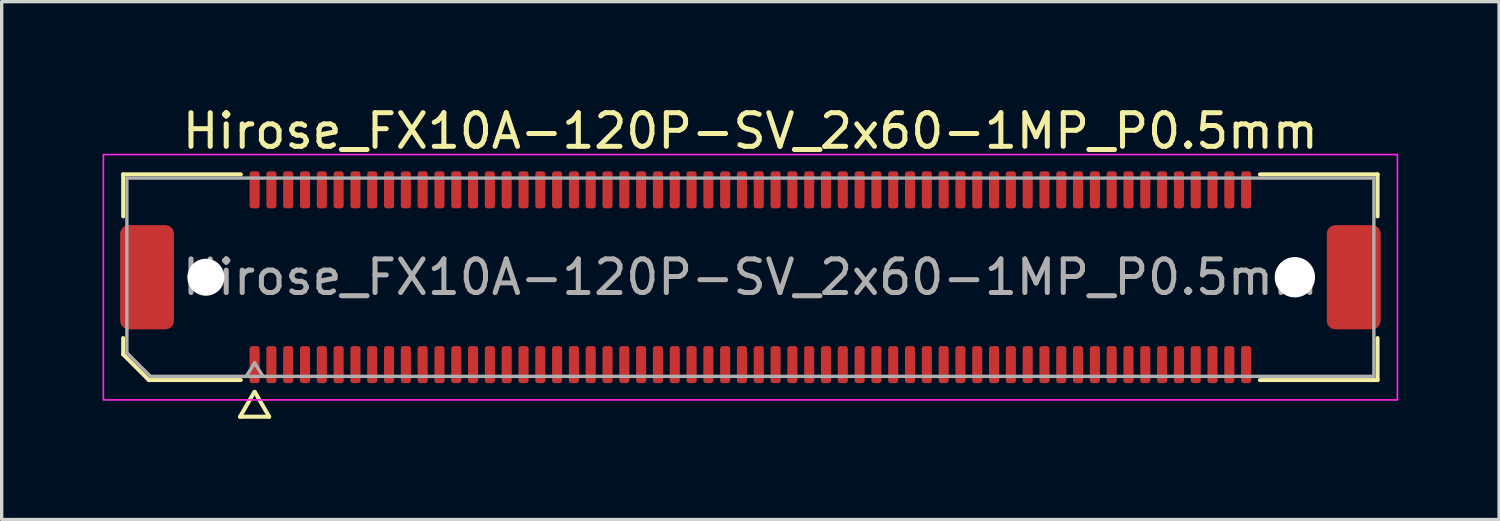
<source format=kicad_pcb>
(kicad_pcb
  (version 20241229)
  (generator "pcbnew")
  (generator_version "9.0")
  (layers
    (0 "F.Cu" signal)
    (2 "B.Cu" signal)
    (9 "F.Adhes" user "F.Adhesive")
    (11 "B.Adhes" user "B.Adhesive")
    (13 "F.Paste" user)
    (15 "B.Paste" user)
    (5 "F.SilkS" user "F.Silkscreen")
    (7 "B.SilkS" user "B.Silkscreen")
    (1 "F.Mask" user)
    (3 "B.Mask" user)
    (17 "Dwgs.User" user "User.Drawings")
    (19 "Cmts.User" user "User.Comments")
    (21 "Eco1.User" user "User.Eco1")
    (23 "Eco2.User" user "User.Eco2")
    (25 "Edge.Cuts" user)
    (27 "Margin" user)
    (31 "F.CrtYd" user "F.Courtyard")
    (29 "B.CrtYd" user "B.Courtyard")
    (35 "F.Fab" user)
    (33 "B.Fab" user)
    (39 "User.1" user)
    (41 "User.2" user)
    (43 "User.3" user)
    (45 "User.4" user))
  (footprint "Hirose_FX10A-120P-SV_2x60-1MP_P0.5mm"
    (layer "F.Cu")
    (at 19.275 5.198)
    (property "Reference" "Hirose_FX10A-120P-SV_2x60-1MP_P0.5mm" (at 0 -4.35 0) (layer "F.SilkS") (effects (font (size 1 1) (thickness 0.15))))
    (attr smd)
    (fp_line (start -18.66 -3.06) (end -15.16 -3.06) (stroke (width 0.12) (type solid)) (layer "F.SilkS"))
    (fp_line (start -18.66 -1.81) (end -18.66 -3.06) (stroke (width 0.12) (type solid)) (layer "F.SilkS"))
    (fp_line (start -18.66 2.296) (end -18.66 1.81) (stroke (width 0.12) (type solid)) (layer "F.SilkS"))
    (fp_line (start -17.896 3.06) (end -18.66 2.296) (stroke (width 0.12) (type solid)) (layer "F.SilkS"))
    (fp_line (start -15.183 4.15) (end -14.756 3.41) (stroke (width 0.12) (type solid)) (layer "F.SilkS"))
    (fp_line (start -15.16 3.06) (end -17.896 3.06) (stroke (width 0.12) (type solid)) (layer "F.SilkS"))
    (fp_line (start -14.744 3.41) (end -14.317 4.15) (stroke (width 0.12) (type solid)) (layer "F.SilkS"))
    (fp_line (start -14.317 4.15) (end -15.183 4.15) (stroke (width 0.12) (type solid)) (layer "F.SilkS"))
    (fp_line (start 15.16 -3.06) (end 18.66 -3.06) (stroke (width 0.12) (type solid)) (layer "F.SilkS"))
    (fp_line (start 18.66 -3.06) (end 18.66 -1.81) (stroke (width 0.12) (type solid)) (layer "F.SilkS"))
    (fp_line (start 18.66 1.81) (end 18.66 3.06) (stroke (width 0.12) (type solid)) (layer "F.SilkS"))
    (fp_line (start 18.66 3.06) (end 15.16 3.06) (stroke (width 0.12) (type solid)) (layer "F.SilkS"))
    (fp_rect (start -19.25 -3.65) (end 19.25 3.65) (stroke (width 0.05) (type solid)) (fill no) (layer "F.CrtYd"))
    (fp_line (start -18.55 -2.95) (end 18.55 -2.95) (stroke (width 0.1) (type solid)) (layer "F.Fab"))
    (fp_line (start -18.55 2.25) (end -18.55 -2.95) (stroke (width 0.1) (type solid)) (layer "F.Fab"))
    (fp_line (start -17.85 2.95) (end -18.55 2.25) (stroke (width 0.1) (type solid)) (layer "F.Fab"))
    (fp_line (start -15 2.95) (end -14.75 2.55) (stroke (width 0.1) (type solid)) (layer "F.Fab"))
    (fp_line (start -14.75 2.55) (end -14.5 2.95) (stroke (width 0.1) (type solid)) (layer "F.Fab"))
    (fp_line (start 18.55 -2.95) (end 18.55 2.95) (stroke (width 0.1) (type solid)) (layer "F.Fab"))
    (fp_line (start 18.55 2.95) (end -17.85 2.95) (stroke (width 0.1) (type solid)) (layer "F.Fab"))
    (fp_text user "${REFERENCE}" (at 0 0 0) (layer "F.Fab") (effects (font (size 1 1) (thickness 0.15))))
    (pad "" np_thru_hole circle (at -16.2 0) (size 1.1 1.1) (drill 1.1) (layers "*.Cu" "*.Mask"))
    (pad "" np_thru_hole circle (at 16.2 0) (size 1.2 1.2) (drill 1.2) (layers "*.Cu" "*.Mask"))
    (pad "1" smd roundrect (at -14.75 2.6) (size 0.3 1.1) (layers "F.Cu" "F.Mask" "F.Paste") (roundrect_rratio 0.25))
    (pad "2" smd roundrect (at -14.75 -2.6) (size 0.3 1.1) (layers "F.Cu" "F.Mask" "F.Paste") (roundrect_rratio 0.25))
    (pad "3" smd roundrect (at -14.25 2.6) (size 0.3 1.1) (layers "F.Cu" "F.Mask" "F.Paste") (roundrect_rratio 0.25))
    (pad "4" smd roundrect (at -14.25 -2.6) (size 0.3 1.1) (layers "F.Cu" "F.Mask" "F.Paste") (roundrect_rratio 0.25))
    (pad "5" smd roundrect (at -13.75 2.6) (size 0.3 1.1) (layers "F.Cu" "F.Mask" "F.Paste") (roundrect_rratio 0.25))
    (pad "6" smd roundrect (at -13.75 -2.6) (size 0.3 1.1) (layers "F.Cu" "F.Mask" "F.Paste") (roundrect_rratio 0.25))
    (pad "7" smd roundrect (at -13.25 2.6) (size 0.3 1.1) (layers "F.Cu" "F.Mask" "F.Paste") (roundrect_rratio 0.25))
    (pad "8" smd roundrect (at -13.25 -2.6) (size 0.3 1.1) (layers "F.Cu" "F.Mask" "F.Paste") (roundrect_rratio 0.25))
    (pad "9" smd roundrect (at -12.75 2.6) (size 0.3 1.1) (layers "F.Cu" "F.Mask" "F.Paste") (roundrect_rratio 0.25))
    (pad "10" smd roundrect (at -12.75 -2.6) (size 0.3 1.1) (layers "F.Cu" "F.Mask" "F.Paste") (roundrect_rratio 0.25))
    (pad "11" smd roundrect (at -12.25 2.6) (size 0.3 1.1) (layers "F.Cu" "F.Mask" "F.Paste") (roundrect_rratio 0.25))
    (pad "12" smd roundrect (at -12.25 -2.6) (size 0.3 1.1) (layers "F.Cu" "F.Mask" "F.Paste") (roundrect_rratio 0.25))
    (pad "13" smd roundrect (at -11.75 2.6) (size 0.3 1.1) (layers "F.Cu" "F.Mask" "F.Paste") (roundrect_rratio 0.25))
    (pad "14" smd roundrect (at -11.75 -2.6) (size 0.3 1.1) (layers "F.Cu" "F.Mask" "F.Paste") (roundrect_rratio 0.25))
    (pad "15" smd roundrect (at -11.25 2.6) (size 0.3 1.1) (layers "F.Cu" "F.Mask" "F.Paste") (roundrect_rratio 0.25))
    (pad "16" smd roundrect (at -11.25 -2.6) (size 0.3 1.1) (layers "F.Cu" "F.Mask" "F.Paste") (roundrect_rratio 0.25))
    (pad "17" smd roundrect (at -10.75 2.6) (size 0.3 1.1) (layers "F.Cu" "F.Mask" "F.Paste") (roundrect_rratio 0.25))
    (pad "18" smd roundrect (at -10.75 -2.6) (size 0.3 1.1) (layers "F.Cu" "F.Mask" "F.Paste") (roundrect_rratio 0.25))
    (pad "19" smd roundrect (at -10.25 2.6) (size 0.3 1.1) (layers "F.Cu" "F.Mask" "F.Paste") (roundrect_rratio 0.25))
    (pad "20" smd roundrect (at -10.25 -2.6) (size 0.3 1.1) (layers "F.Cu" "F.Mask" "F.Paste") (roundrect_rratio 0.25))
    (pad "21" smd roundrect (at -9.75 2.6) (size 0.3 1.1) (layers "F.Cu" "F.Mask" "F.Paste") (roundrect_rratio 0.25))
    (pad "22" smd roundrect (at -9.75 -2.6) (size 0.3 1.1) (layers "F.Cu" "F.Mask" "F.Paste") (roundrect_rratio 0.25))
    (pad "23" smd roundrect (at -9.25 2.6) (size 0.3 1.1) (layers "F.Cu" "F.Mask" "F.Paste") (roundrect_rratio 0.25))
    (pad "24" smd roundrect (at -9.25 -2.6) (size 0.3 1.1) (layers "F.Cu" "F.Mask" "F.Paste") (roundrect_rratio 0.25))
    (pad "25" smd roundrect (at -8.75 2.6) (size 0.3 1.1) (layers "F.Cu" "F.Mask" "F.Paste") (roundrect_rratio 0.25))
    (pad "26" smd roundrect (at -8.75 -2.6) (size 0.3 1.1) (layers "F.Cu" "F.Mask" "F.Paste") (roundrect_rratio 0.25))
    (pad "27" smd roundrect (at -8.25 2.6) (size 0.3 1.1) (layers "F.Cu" "F.Mask" "F.Paste") (roundrect_rratio 0.25))
    (pad "28" smd roundrect (at -8.25 -2.6) (size 0.3 1.1) (layers "F.Cu" "F.Mask" "F.Paste") (roundrect_rratio 0.25))
    (pad "29" smd roundrect (at -7.75 2.6) (size 0.3 1.1) (layers "F.Cu" "F.Mask" "F.Paste") (roundrect_rratio 0.25))
    (pad "30" smd roundrect (at -7.75 -2.6) (size 0.3 1.1) (layers "F.Cu" "F.Mask" "F.Paste") (roundrect_rratio 0.25))
    (pad "31" smd roundrect (at -7.25 2.6) (size 0.3 1.1) (layers "F.Cu" "F.Mask" "F.Paste") (roundrect_rratio 0.25))
    (pad "32" smd roundrect (at -7.25 -2.6) (size 0.3 1.1) (layers "F.Cu" "F.Mask" "F.Paste") (roundrect_rratio 0.25))
    (pad "33" smd roundrect (at -6.75 2.6) (size 0.3 1.1) (layers "F.Cu" "F.Mask" "F.Paste") (roundrect_rratio 0.25))
    (pad "34" smd roundrect (at -6.75 -2.6) (size 0.3 1.1) (layers "F.Cu" "F.Mask" "F.Paste") (roundrect_rratio 0.25))
    (pad "35" smd roundrect (at -6.25 2.6) (size 0.3 1.1) (layers "F.Cu" "F.Mask" "F.Paste") (roundrect_rratio 0.25))
    (pad "36" smd roundrect (at -6.25 -2.6) (size 0.3 1.1) (layers "F.Cu" "F.Mask" "F.Paste") (roundrect_rratio 0.25))
    (pad "37" smd roundrect (at -5.75 2.6) (size 0.3 1.1) (layers "F.Cu" "F.Mask" "F.Paste") (roundrect_rratio 0.25))
    (pad "38" smd roundrect (at -5.75 -2.6) (size 0.3 1.1) (layers "F.Cu" "F.Mask" "F.Paste") (roundrect_rratio 0.25))
    (pad "39" smd roundrect (at -5.25 2.6) (size 0.3 1.1) (layers "F.Cu" "F.Mask" "F.Paste") (roundrect_rratio 0.25))
    (pad "40" smd roundrect (at -5.25 -2.6) (size 0.3 1.1) (layers "F.Cu" "F.Mask" "F.Paste") (roundrect_rratio 0.25))
    (pad "41" smd roundrect (at -4.75 2.6) (size 0.3 1.1) (layers "F.Cu" "F.Mask" "F.Paste") (roundrect_rratio 0.25))
    (pad "42" smd roundrect (at -4.75 -2.6) (size 0.3 1.1) (layers "F.Cu" "F.Mask" "F.Paste") (roundrect_rratio 0.25))
    (pad "43" smd roundrect (at -4.25 2.6) (size 0.3 1.1) (layers "F.Cu" "F.Mask" "F.Paste") (roundrect_rratio 0.25))
    (pad "44" smd roundrect (at -4.25 -2.6) (size 0.3 1.1) (layers "F.Cu" "F.Mask" "F.Paste") (roundrect_rratio 0.25))
    (pad "45" smd roundrect (at -3.75 2.6) (size 0.3 1.1) (layers "F.Cu" "F.Mask" "F.Paste") (roundrect_rratio 0.25))
    (pad "46" smd roundrect (at -3.75 -2.6) (size 0.3 1.1) (layers "F.Cu" "F.Mask" "F.Paste") (roundrect_rratio 0.25))
    (pad "47" smd roundrect (at -3.25 2.6) (size 0.3 1.1) (layers "F.Cu" "F.Mask" "F.Paste") (roundrect_rratio 0.25))
    (pad "48" smd roundrect (at -3.25 -2.6) (size 0.3 1.1) (layers "F.Cu" "F.Mask" "F.Paste") (roundrect_rratio 0.25))
    (pad "49" smd roundrect (at -2.75 2.6) (size 0.3 1.1) (layers "F.Cu" "F.Mask" "F.Paste") (roundrect_rratio 0.25))
    (pad "50" smd roundrect (at -2.75 -2.6) (size 0.3 1.1) (layers "F.Cu" "F.Mask" "F.Paste") (roundrect_rratio 0.25))
    (pad "51" smd roundrect (at -2.25 2.6) (size 0.3 1.1) (layers "F.Cu" "F.Mask" "F.Paste") (roundrect_rratio 0.25))
    (pad "52" smd roundrect (at -2.25 -2.6) (size 0.3 1.1) (layers "F.Cu" "F.Mask" "F.Paste") (roundrect_rratio 0.25))
    (pad "53" smd roundrect (at -1.75 2.6) (size 0.3 1.1) (layers "F.Cu" "F.Mask" "F.Paste") (roundrect_rratio 0.25))
    (pad "54" smd roundrect (at -1.75 -2.6) (size 0.3 1.1) (layers "F.Cu" "F.Mask" "F.Paste") (roundrect_rratio 0.25))
    (pad "55" smd roundrect (at -1.25 2.6) (size 0.3 1.1) (layers "F.Cu" "F.Mask" "F.Paste") (roundrect_rratio 0.25))
    (pad "56" smd roundrect (at -1.25 -2.6) (size 0.3 1.1) (layers "F.Cu" "F.Mask" "F.Paste") (roundrect_rratio 0.25))
    (pad "57" smd roundrect (at -0.75 2.6) (size 0.3 1.1) (layers "F.Cu" "F.Mask" "F.Paste") (roundrect_rratio 0.25))
    (pad "58" smd roundrect (at -0.75 -2.6) (size 0.3 1.1) (layers "F.Cu" "F.Mask" "F.Paste") (roundrect_rratio 0.25))
    (pad "59" smd roundrect (at -0.25 2.6) (size 0.3 1.1) (layers "F.Cu" "F.Mask" "F.Paste") (roundrect_rratio 0.25))
    (pad "60" smd roundrect (at -0.25 -2.6) (size 0.3 1.1) (layers "F.Cu" "F.Mask" "F.Paste") (roundrect_rratio 0.25))
    (pad "61" smd roundrect (at 0.25 2.6) (size 0.3 1.1) (layers "F.Cu" "F.Mask" "F.Paste") (roundrect_rratio 0.25))
    (pad "62" smd roundrect (at 0.25 -2.6) (size 0.3 1.1) (layers "F.Cu" "F.Mask" "F.Paste") (roundrect_rratio 0.25))
    (pad "63" smd roundrect (at 0.75 2.6) (size 0.3 1.1) (layers "F.Cu" "F.Mask" "F.Paste") (roundrect_rratio 0.25))
    (pad "64" smd roundrect (at 0.75 -2.6) (size 0.3 1.1) (layers "F.Cu" "F.Mask" "F.Paste") (roundrect_rratio 0.25))
    (pad "65" smd roundrect (at 1.25 2.6) (size 0.3 1.1) (layers "F.Cu" "F.Mask" "F.Paste") (roundrect_rratio 0.25))
    (pad "66" smd roundrect (at 1.25 -2.6) (size 0.3 1.1) (layers "F.Cu" "F.Mask" "F.Paste") (roundrect_rratio 0.25))
    (pad "67" smd roundrect (at 1.75 2.6) (size 0.3 1.1) (layers "F.Cu" "F.Mask" "F.Paste") (roundrect_rratio 0.25))
    (pad "68" smd roundrect (at 1.75 -2.6) (size 0.3 1.1) (layers "F.Cu" "F.Mask" "F.Paste") (roundrect_rratio 0.25))
    (pad "69" smd roundrect (at 2.25 2.6) (size 0.3 1.1) (layers "F.Cu" "F.Mask" "F.Paste") (roundrect_rratio 0.25))
    (pad "70" smd roundrect (at 2.25 -2.6) (size 0.3 1.1) (layers "F.Cu" "F.Mask" "F.Paste") (roundrect_rratio 0.25))
    (pad "71" smd roundrect (at 2.75 2.6) (size 0.3 1.1) (layers "F.Cu" "F.Mask" "F.Paste") (roundrect_rratio 0.25))
    (pad "72" smd roundrect (at 2.75 -2.6) (size 0.3 1.1) (layers "F.Cu" "F.Mask" "F.Paste") (roundrect_rratio 0.25))
    (pad "73" smd roundrect (at 3.25 2.6) (size 0.3 1.1) (layers "F.Cu" "F.Mask" "F.Paste") (roundrect_rratio 0.25))
    (pad "74" smd roundrect (at 3.25 -2.6) (size 0.3 1.1) (layers "F.Cu" "F.Mask" "F.Paste") (roundrect_rratio 0.25))
    (pad "75" smd roundrect (at 3.75 2.6) (size 0.3 1.1) (layers "F.Cu" "F.Mask" "F.Paste") (roundrect_rratio 0.25))
    (pad "76" smd roundrect (at 3.75 -2.6) (size 0.3 1.1) (layers "F.Cu" "F.Mask" "F.Paste") (roundrect_rratio 0.25))
    (pad "77" smd roundrect (at 4.25 2.6) (size 0.3 1.1) (layers "F.Cu" "F.Mask" "F.Paste") (roundrect_rratio 0.25))
    (pad "78" smd roundrect (at 4.25 -2.6) (size 0.3 1.1) (layers "F.Cu" "F.Mask" "F.Paste") (roundrect_rratio 0.25))
    (pad "79" smd roundrect (at 4.75 2.6) (size 0.3 1.1) (layers "F.Cu" "F.Mask" "F.Paste") (roundrect_rratio 0.25))
    (pad "80" smd roundrect (at 4.75 -2.6) (size 0.3 1.1) (layers "F.Cu" "F.Mask" "F.Paste") (roundrect_rratio 0.25))
    (pad "81" smd roundrect (at 5.25 2.6) (size 0.3 1.1) (layers "F.Cu" "F.Mask" "F.Paste") (roundrect_rratio 0.25))
    (pad "82" smd roundrect (at 5.25 -2.6) (size 0.3 1.1) (layers "F.Cu" "F.Mask" "F.Paste") (roundrect_rratio 0.25))
    (pad "83" smd roundrect (at 5.75 2.6) (size 0.3 1.1) (layers "F.Cu" "F.Mask" "F.Paste") (roundrect_rratio 0.25))
    (pad "84" smd roundrect (at 5.75 -2.6) (size 0.3 1.1) (layers "F.Cu" "F.Mask" "F.Paste") (roundrect_rratio 0.25))
    (pad "85" smd roundrect (at 6.25 2.6) (size 0.3 1.1) (layers "F.Cu" "F.Mask" "F.Paste") (roundrect_rratio 0.25))
    (pad "86" smd roundrect (at 6.25 -2.6) (size 0.3 1.1) (layers "F.Cu" "F.Mask" "F.Paste") (roundrect_rratio 0.25))
    (pad "87" smd roundrect (at 6.75 2.6) (size 0.3 1.1) (layers "F.Cu" "F.Mask" "F.Paste") (roundrect_rratio 0.25))
    (pad "88" smd roundrect (at 6.75 -2.6) (size 0.3 1.1) (layers "F.Cu" "F.Mask" "F.Paste") (roundrect_rratio 0.25))
    (pad "89" smd roundrect (at 7.25 2.6) (size 0.3 1.1) (layers "F.Cu" "F.Mask" "F.Paste") (roundrect_rratio 0.25))
    (pad "90" smd roundrect (at 7.25 -2.6) (size 0.3 1.1) (layers "F.Cu" "F.Mask" "F.Paste") (roundrect_rratio 0.25))
    (pad "91" smd roundrect (at 7.75 2.6) (size 0.3 1.1) (layers "F.Cu" "F.Mask" "F.Paste") (roundrect_rratio 0.25))
    (pad "92" smd roundrect (at 7.75 -2.6) (size 0.3 1.1) (layers "F.Cu" "F.Mask" "F.Paste") (roundrect_rratio 0.25))
    (pad "93" smd roundrect (at 8.25 2.6) (size 0.3 1.1) (layers "F.Cu" "F.Mask" "F.Paste") (roundrect_rratio 0.25))
    (pad "94" smd roundrect (at 8.25 -2.6) (size 0.3 1.1) (layers "F.Cu" "F.Mask" "F.Paste") (roundrect_rratio 0.25))
    (pad "95" smd roundrect (at 8.75 2.6) (size 0.3 1.1) (layers "F.Cu" "F.Mask" "F.Paste") (roundrect_rratio 0.25))
    (pad "96" smd roundrect (at 8.75 -2.6) (size 0.3 1.1) (layers "F.Cu" "F.Mask" "F.Paste") (roundrect_rratio 0.25))
    (pad "97" smd roundrect (at 9.25 2.6) (size 0.3 1.1) (layers "F.Cu" "F.Mask" "F.Paste") (roundrect_rratio 0.25))
    (pad "98" smd roundrect (at 9.25 -2.6) (size 0.3 1.1) (layers "F.Cu" "F.Mask" "F.Paste") (roundrect_rratio 0.25))
    (pad "99" smd roundrect (at 9.75 2.6) (size 0.3 1.1) (layers "F.Cu" "F.Mask" "F.Paste") (roundrect_rratio 0.25))
    (pad "100" smd roundrect (at 9.75 -2.6) (size 0.3 1.1) (layers "F.Cu" "F.Mask" "F.Paste") (roundrect_rratio 0.25))
    (pad "101" smd roundrect (at 10.25 2.6) (size 0.3 1.1) (layers "F.Cu" "F.Mask" "F.Paste") (roundrect_rratio 0.25))
    (pad "102" smd roundrect (at 10.25 -2.6) (size 0.3 1.1) (layers "F.Cu" "F.Mask" "F.Paste") (roundrect_rratio 0.25))
    (pad "103" smd roundrect (at 10.75 2.6) (size 0.3 1.1) (layers "F.Cu" "F.Mask" "F.Paste") (roundrect_rratio 0.25))
    (pad "104" smd roundrect (at 10.75 -2.6) (size 0.3 1.1) (layers "F.Cu" "F.Mask" "F.Paste") (roundrect_rratio 0.25))
    (pad "105" smd roundrect (at 11.25 2.6) (size 0.3 1.1) (layers "F.Cu" "F.Mask" "F.Paste") (roundrect_rratio 0.25))
    (pad "106" smd roundrect (at 11.25 -2.6) (size 0.3 1.1) (layers "F.Cu" "F.Mask" "F.Paste") (roundrect_rratio 0.25))
    (pad "107" smd roundrect (at 11.75 2.6) (size 0.3 1.1) (layers "F.Cu" "F.Mask" "F.Paste") (roundrect_rratio 0.25))
    (pad "108" smd roundrect (at 11.75 -2.6) (size 0.3 1.1) (layers "F.Cu" "F.Mask" "F.Paste") (roundrect_rratio 0.25))
    (pad "109" smd roundrect (at 12.25 2.6) (size 0.3 1.1) (layers "F.Cu" "F.Mask" "F.Paste") (roundrect_rratio 0.25))
    (pad "110" smd roundrect (at 12.25 -2.6) (size 0.3 1.1) (layers "F.Cu" "F.Mask" "F.Paste") (roundrect_rratio 0.25))
    (pad "111" smd roundrect (at 12.75 2.6) (size 0.3 1.1) (layers "F.Cu" "F.Mask" "F.Paste") (roundrect_rratio 0.25))
    (pad "112" smd roundrect (at 12.75 -2.6) (size 0.3 1.1) (layers "F.Cu" "F.Mask" "F.Paste") (roundrect_rratio 0.25))
    (pad "113" smd roundrect (at 13.25 2.6) (size 0.3 1.1) (layers "F.Cu" "F.Mask" "F.Paste") (roundrect_rratio 0.25))
    (pad "114" smd roundrect (at 13.25 -2.6) (size 0.3 1.1) (layers "F.Cu" "F.Mask" "F.Paste") (roundrect_rratio 0.25))
    (pad "115" smd roundrect (at 13.75 2.6) (size 0.3 1.1) (layers "F.Cu" "F.Mask" "F.Paste") (roundrect_rratio 0.25))
    (pad "116" smd roundrect (at 13.75 -2.6) (size 0.3 1.1) (layers "F.Cu" "F.Mask" "F.Paste") (roundrect_rratio 0.25))
    (pad "117" smd roundrect (at 14.25 2.6) (size 0.3 1.1) (layers "F.Cu" "F.Mask" "F.Paste") (roundrect_rratio 0.25))
    (pad "118" smd roundrect (at 14.25 -2.6) (size 0.3 1.1) (layers "F.Cu" "F.Mask" "F.Paste") (roundrect_rratio 0.25))
    (pad "119" smd roundrect (at 14.75 2.6) (size 0.3 1.1) (layers "F.Cu" "F.Mask" "F.Paste") (roundrect_rratio 0.25))
    (pad "120" smd roundrect (at 14.75 -2.6) (size 0.3 1.1) (layers "F.Cu" "F.Mask" "F.Paste") (roundrect_rratio 0.25))
    (pad "MP" smd roundrect (at -17.95 0) (size 1.6 3.1) (layers "F.Cu" "F.Mask" "F.Paste") (roundrect_rratio 0.156))
    (pad "MP" smd roundrect (at 17.95 0) (size 1.6 3.1) (layers "F.Cu" "F.Mask" "F.Paste") (roundrect_rratio 0.156))
    (zone (net_name "") (layer "F.Cu") (name "keepout") (hatch edge 0.5) (connect_pads) (min_thickness 0.25) (filled_areas_thickness no) (keepout (tracks not_allowed) (vias not_allowed) (pads allowed) (copperpour not_allowed) (footprints allowed)) (placement (enabled no)) (fill) (polygon (pts (xy 4.375 3.148) (xy 34.175 3.148) (xy 34.175 4.198) (xy 4.375 4.198))))
    (zone (net_name "") (layer "F.Cu") (name "keepout") (hatch edge 0.5) (connect_pads) (min_thickness 0.25) (filled_areas_thickness no) (keepout (tracks not_allowed) (vias not_allowed) (pads allowed) (copperpour not_allowed) (footprints allowed)) (placement (enabled no)) (fill) (polygon (pts (xy 4.375 6.198) (xy 34.175 6.198) (xy 34.175 7.248) (xy 4.375 7.248)))))
  (gr_rect
    (start -3 -3)
    (end 41.55 12.408)
    (stroke (width 0.1) (type default))
    (fill no)
    (layer "Edge.Cuts")))
</source>
